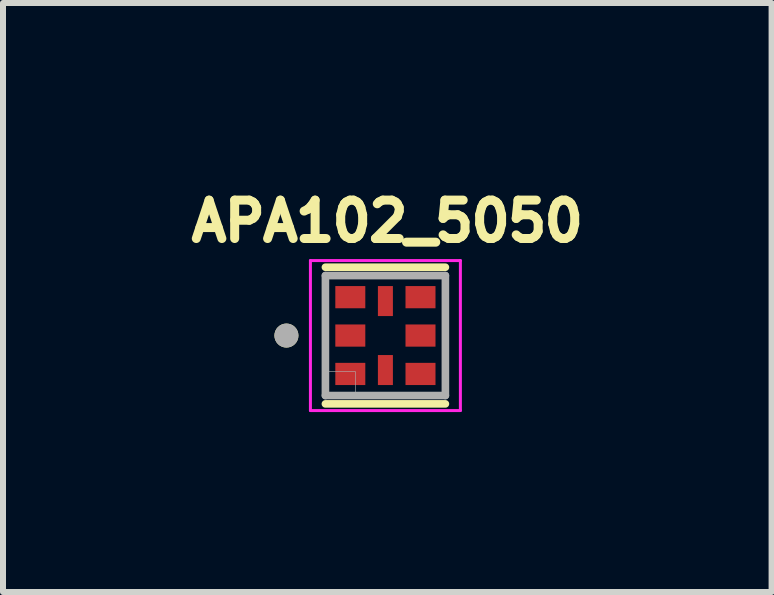
<source format=kicad_pcb>
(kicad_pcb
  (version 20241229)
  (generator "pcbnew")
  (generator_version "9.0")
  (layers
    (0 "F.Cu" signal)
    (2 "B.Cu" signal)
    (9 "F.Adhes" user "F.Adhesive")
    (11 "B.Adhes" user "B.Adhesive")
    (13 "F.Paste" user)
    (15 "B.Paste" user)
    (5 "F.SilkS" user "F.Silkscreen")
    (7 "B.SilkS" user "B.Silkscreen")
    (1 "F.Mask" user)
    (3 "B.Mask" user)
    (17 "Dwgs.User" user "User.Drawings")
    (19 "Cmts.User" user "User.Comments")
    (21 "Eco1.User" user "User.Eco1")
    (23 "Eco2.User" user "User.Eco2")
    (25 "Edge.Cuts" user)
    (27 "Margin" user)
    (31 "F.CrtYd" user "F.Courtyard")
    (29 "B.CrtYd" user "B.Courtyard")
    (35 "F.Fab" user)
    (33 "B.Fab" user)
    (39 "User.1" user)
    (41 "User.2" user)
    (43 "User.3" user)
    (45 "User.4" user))
  (footprint "APA102_5050"
    (layer "F.Cu")
    (at 3.375 2.544)
    (property "Reference" "APA102_5050" (at 0.032 -1.906 0) (layer "F.SilkS") (effects (font (size 0.64 0.64) (thickness 0.15))))
    (attr smd)
    (fp_line (start -1 -1.139) (end 1 -1.139) (stroke (width 0.127) (type solid)) (layer "F.SilkS"))
    (fp_line (start -1 1.139) (end 1 1.139) (stroke (width 0.127) (type solid)) (layer "F.SilkS"))
    (fp_circle (center -1.65 0) (end -1.55 0) (stroke (width 0.2) (type solid)) (fill no) (layer "F.SilkS"))
    (fp_line (start -1.25 -1.25) (end 1.25 -1.25) (stroke (width 0.05) (type solid)) (layer "F.CrtYd"))
    (fp_line (start -1.25 1.25) (end -1.25 -1.25) (stroke (width 0.05) (type solid)) (layer "F.CrtYd"))
    (fp_line (start 1.25 -1.25) (end 1.25 1.25) (stroke (width 0.05) (type solid)) (layer "F.CrtYd"))
    (fp_line (start 1.25 1.25) (end -1.25 1.25) (stroke (width 0.05) (type solid)) (layer "F.CrtYd"))
    (fp_line (start -1 -1) (end 1 -1) (stroke (width 0.127) (type solid)) (layer "F.Fab"))
    (fp_line (start -1 1) (end -1 -1) (stroke (width 0.127) (type solid)) (layer "F.Fab"))
    (fp_line (start 1 -1) (end 1 1) (stroke (width 0.127) (type solid)) (layer "F.Fab"))
    (fp_line (start 1 1) (end -1 1) (stroke (width 0.127) (type solid)) (layer "F.Fab"))
    (fp_circle (center -1.65 0) (end -1.55 0) (stroke (width 0.2) (type solid)) (fill no) (layer "F.Fab"))
    (fp_poly (pts (xy -1 0.6) (xy -0.5 0.6) (xy -0.5 1) (xy -1 1)) (stroke (width 0.01) (type solid)) (fill no) (layer "F.Fab"))
    (pad "1" smd rect (at -0.585 0) (size 0.5 0.37) (layers "F.Cu" "F.Mask" "F.Paste"))
    (pad "2_1" smd rect (at -0.585 -0.64) (size 0.5 0.37) (layers "F.Cu" "F.Mask" "F.Paste"))
    (pad "2_2" smd rect (at 0 -0.575) (size 0.25 0.5) (layers "F.Cu" "F.Mask" "F.Paste"))
    (pad "3" smd rect (at 0.585 0) (size 0.5 0.37) (layers "F.Cu" "F.Mask" "F.Paste"))
    (pad "4" smd rect (at -0.585 0.64) (size 0.5 0.37) (layers "F.Cu" "F.Mask" "F.Paste"))
    (pad "5_1" smd rect (at 0 0.575) (size 0.25 0.5) (layers "F.Cu" "F.Mask" "F.Paste"))
    (pad "5_2" smd rect (at 0.585 -0.64) (size 0.5 0.37) (layers "F.Cu" "F.Mask" "F.Paste"))
    (pad "6" smd rect (at 0.585 0.64) (size 0.5 0.37) (layers "F.Cu" "F.Mask" "F.Paste")))
  (gr_rect
    (start -3 -3)
    (end 9.813 6.819)
    (stroke (width 0.1) (type default))
    (fill no)
    (layer "Edge.Cuts")))
</source>
